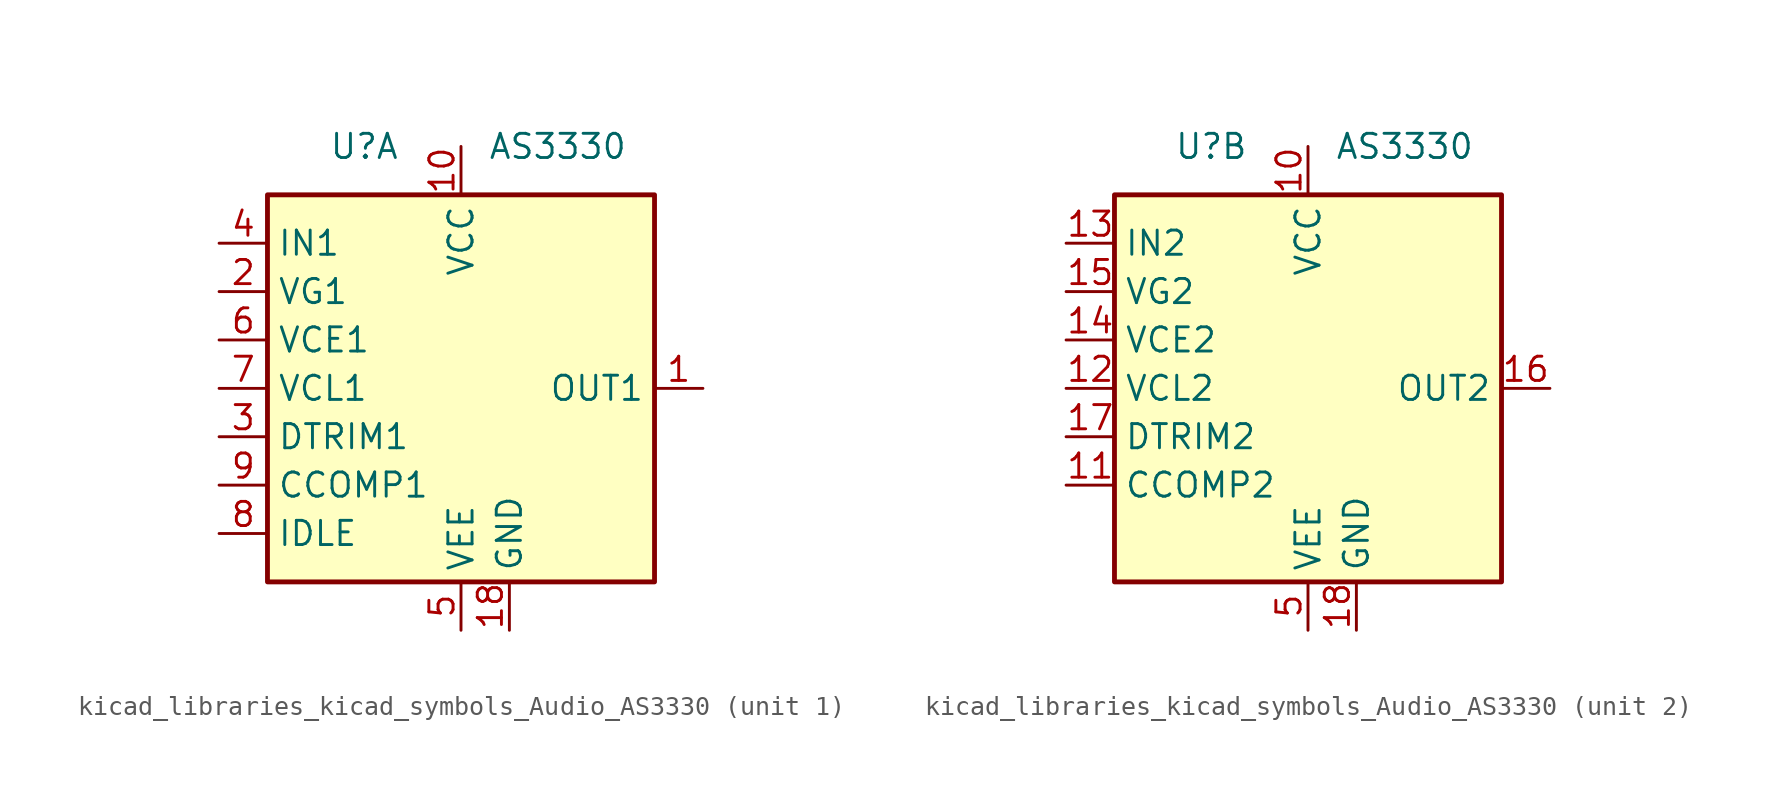
<source format=kicad_sym>
(kicad_symbol_lib
  (version 20220914)
  (generator kicad_symbol_editor)
  (symbol "kicad_libraries_kicad_symbols_Audio_AS3330"
    (property "Reference" "U"
      (at -5.08 12.7 0)
      (effects (font (size 1.27 1.27))))
    (property "Value" "AS3330"
      (at 5.08 12.7 0)
      (effects (font (size 1.27 1.27))))
    (symbol "kicad_libraries_kicad_symbols_Audio_AS3330_0_1"
      (rectangle (start -10.16 10.16) (end 10.16 -10.16) (stroke (width 0.254) (type default)) (fill (type background)))
      (pin power_in line (at 0 12.7 270) (length 2.54) (name "VCC" (effects (font (size 1.27 1.27)))) (number "10" (effects (font (size 1.27 1.27)))))
      (pin power_in line (at 2.54 -12.7 90) (length 2.54) (name "GND" (effects (font (size 1.27 1.27)))) (number "18" (effects (font (size 1.27 1.27)))))
      (pin power_in line (at 0 -12.7 90) (length 2.54) (name "VEE" (effects (font (size 1.27 1.27)))) (number "5" (effects (font (size 1.27 1.27))))))
    (symbol "kicad_libraries_kicad_symbols_Audio_AS3330_1_1"
      (pin output line (at 12.7 0 180) (length 2.54) (name "OUT1" (effects (font (size 1.27 1.27)))) (number "1" (effects (font (size 1.27 1.27)))))
      (pin input line (at -12.7 5.08 0) (length 2.54) (name "VG1" (effects (font (size 1.27 1.27)))) (number "2" (effects (font (size 1.27 1.27)))))
      (pin passive line (at -12.7 -2.54 0) (length 2.54) (name "DTRIM1" (effects (font (size 1.27 1.27)))) (number "3" (effects (font (size 1.27 1.27)))))
      (pin input line (at -12.7 7.62 0) (length 2.54) (name "IN1" (effects (font (size 1.27 1.27)))) (number "4" (effects (font (size 1.27 1.27)))))
      (pin input line (at -12.7 2.54 0) (length 2.54) (name "VCE1" (effects (font (size 1.27 1.27)))) (number "6" (effects (font (size 1.27 1.27)))))
      (pin input line (at -12.7 0 0) (length 2.54) (name "VCL1" (effects (font (size 1.27 1.27)))) (number "7" (effects (font (size 1.27 1.27)))))
      (pin passive line (at -12.7 -7.62 0) (length 2.54) (name "IDLE" (effects (font (size 1.27 1.27)))) (number "8" (effects (font (size 1.27 1.27)))))
      (pin passive line (at -12.7 -5.08 0) (length 2.54) (name "CCOMP1" (effects (font (size 1.27 1.27)))) (number "9" (effects (font (size 1.27 1.27))))))
    (symbol "kicad_libraries_kicad_symbols_Audio_AS3330_2_1"
      (pin passive line (at -12.7 -5.08 0) (length 2.54) (name "CCOMP2" (effects (font (size 1.27 1.27)))) (number "11" (effects (font (size 1.27 1.27)))))
      (pin input line (at -12.7 0 0) (length 2.54) (name "VCL2" (effects (font (size 1.27 1.27)))) (number "12" (effects (font (size 1.27 1.27)))))
      (pin input line (at -12.7 7.62 0) (length 2.54) (name "IN2" (effects (font (size 1.27 1.27)))) (number "13" (effects (font (size 1.27 1.27)))))
      (pin input line (at -12.7 2.54 0) (length 2.54) (name "VCE2" (effects (font (size 1.27 1.27)))) (number "14" (effects (font (size 1.27 1.27)))))
      (pin input line (at -12.7 5.08 0) (length 2.54) (name "VG2" (effects (font (size 1.27 1.27)))) (number "15" (effects (font (size 1.27 1.27)))))
      (pin output line (at 12.7 0 180) (length 2.54) (name "OUT2" (effects (font (size 1.27 1.27)))) (number "16" (effects (font (size 1.27 1.27)))))
      (pin passive line (at -12.7 -2.54 0) (length 2.54) (name "DTRIM2" (effects (font (size 1.27 1.27)))) (number "17" (effects (font (size 1.27 1.27))))))))
</source>
